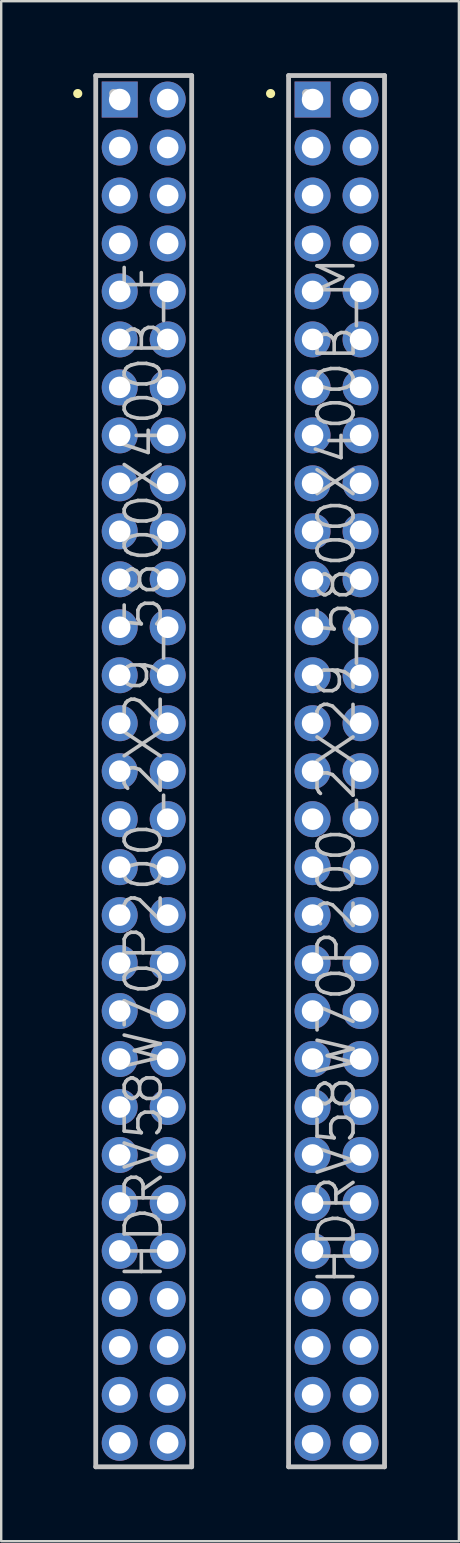
<source format=kicad_pcb>
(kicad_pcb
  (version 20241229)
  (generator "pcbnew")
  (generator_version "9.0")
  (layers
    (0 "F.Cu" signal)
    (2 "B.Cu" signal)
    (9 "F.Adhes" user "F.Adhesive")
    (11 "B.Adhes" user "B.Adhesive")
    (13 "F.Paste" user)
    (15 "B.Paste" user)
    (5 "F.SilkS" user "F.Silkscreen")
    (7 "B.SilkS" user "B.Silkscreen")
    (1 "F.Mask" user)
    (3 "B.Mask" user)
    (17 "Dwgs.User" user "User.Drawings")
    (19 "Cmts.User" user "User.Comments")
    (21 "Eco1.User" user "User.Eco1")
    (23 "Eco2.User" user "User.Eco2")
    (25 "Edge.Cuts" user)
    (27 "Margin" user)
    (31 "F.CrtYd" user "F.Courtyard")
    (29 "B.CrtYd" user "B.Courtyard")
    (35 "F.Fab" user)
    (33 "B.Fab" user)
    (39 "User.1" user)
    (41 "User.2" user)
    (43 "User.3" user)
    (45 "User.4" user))
  (footprint "HDRV58W70P200_2X29_5800X400B_F"
    (layer "F.Cu")
    (at 2.941 29.1)
    (property "Reference" "HDRV58W70P200_2X29_5800X400B_F" (at 0 0 90) (layer "Dwgs.User") (effects (font (size 1.5 1.5) (thickness 0.15))))
    (attr through_hole)
    (fp_line (start -2.75 -28.25) (end -2.75 -28.25) (stroke (width 0.381) (type solid)) (layer "F.SilkS"))
    (fp_line (start -2 -29) (end -2 29) (stroke (width 0.2) (type solid)) (layer "Dwgs.User"))
    (fp_line (start -2 -29) (end 2 -29) (stroke (width 0.2) (type solid)) (layer "Dwgs.User"))
    (fp_line (start -2 29) (end 2 29) (stroke (width 0.2) (type solid)) (layer "Dwgs.User"))
    (fp_line (start -1.25 -28.25) (end -1.25 -28.25) (stroke (width 0.381) (type solid)) (layer "Dwgs.User"))
    (fp_line (start 2 -29) (end 2 29) (stroke (width 0.2) (type solid)) (layer "Dwgs.User"))
    (pad "1" thru_hole rect (at -1 -28) (size 1.5 1.5) (drill 0.9) (layers "*.Cu" "*.Mask"))
    (pad "2" thru_hole circle (at 1 -28 270) (size 1.5 1.5) (drill 0.9) (layers "*.Cu" "*.Mask"))
    (pad "3" thru_hole circle (at -1 -26 270) (size 1.5 1.5) (drill 0.9) (layers "*.Cu" "*.Mask"))
    (pad "4" thru_hole circle (at 1 -26 270) (size 1.5 1.5) (drill 0.9) (layers "*.Cu" "*.Mask"))
    (pad "5" thru_hole circle (at -1 -24 270) (size 1.5 1.5) (drill 0.9) (layers "*.Cu" "*.Mask"))
    (pad "6" thru_hole circle (at 1 -24 270) (size 1.5 1.5) (drill 0.9) (layers "*.Cu" "*.Mask"))
    (pad "7" thru_hole circle (at -1 -22 270) (size 1.5 1.5) (drill 0.9) (layers "*.Cu" "*.Mask"))
    (pad "8" thru_hole circle (at 1 -22 270) (size 1.5 1.5) (drill 0.9) (layers "*.Cu" "*.Mask"))
    (pad "9" thru_hole circle (at -1 -20 270) (size 1.5 1.5) (drill 0.9) (layers "*.Cu" "*.Mask"))
    (pad "10" thru_hole circle (at 1 -20 270) (size 1.5 1.5) (drill 0.9) (layers "*.Cu" "*.Mask"))
    (pad "11" thru_hole circle (at -1 -18 270) (size 1.5 1.5) (drill 0.9) (layers "*.Cu" "*.Mask"))
    (pad "12" thru_hole circle (at 1 -18 270) (size 1.5 1.5) (drill 0.9) (layers "*.Cu" "*.Mask"))
    (pad "13" thru_hole circle (at -1 -16 270) (size 1.5 1.5) (drill 0.9) (layers "*.Cu" "*.Mask"))
    (pad "14" thru_hole circle (at 1 -16 270) (size 1.5 1.5) (drill 0.9) (layers "*.Cu" "*.Mask"))
    (pad "15" thru_hole circle (at -1 -14 270) (size 1.5 1.5) (drill 0.9) (layers "*.Cu" "*.Mask"))
    (pad "16" thru_hole circle (at 1 -14 270) (size 1.5 1.5) (drill 0.9) (layers "*.Cu" "*.Mask"))
    (pad "17" thru_hole circle (at -1 -12 270) (size 1.5 1.5) (drill 0.9) (layers "*.Cu" "*.Mask"))
    (pad "18" thru_hole circle (at 1 -12 270) (size 1.5 1.5) (drill 0.9) (layers "*.Cu" "*.Mask"))
    (pad "19" thru_hole circle (at -1 -10 270) (size 1.5 1.5) (drill 0.9) (layers "*.Cu" "*.Mask"))
    (pad "20" thru_hole circle (at 1 -10 270) (size 1.5 1.5) (drill 0.9) (layers "*.Cu" "*.Mask"))
    (pad "21" thru_hole circle (at -1 -8 270) (size 1.5 1.5) (drill 0.9) (layers "*.Cu" "*.Mask"))
    (pad "22" thru_hole circle (at 1 -8 270) (size 1.5 1.5) (drill 0.9) (layers "*.Cu" "*.Mask"))
    (pad "23" thru_hole circle (at -1 -6 270) (size 1.5 1.5) (drill 0.9) (layers "*.Cu" "*.Mask"))
    (pad "24" thru_hole circle (at 1 -6 270) (size 1.5 1.5) (drill 0.9) (layers "*.Cu" "*.Mask"))
    (pad "25" thru_hole circle (at -1 -4 270) (size 1.5 1.5) (drill 0.9) (layers "*.Cu" "*.Mask"))
    (pad "26" thru_hole circle (at 1 -4 270) (size 1.5 1.5) (drill 0.9) (layers "*.Cu" "*.Mask"))
    (pad "27" thru_hole circle (at -1 -2 270) (size 1.5 1.5) (drill 0.9) (layers "*.Cu" "*.Mask"))
    (pad "28" thru_hole circle (at 1 -2 270) (size 1.5 1.5) (drill 0.9) (layers "*.Cu" "*.Mask"))
    (pad "29" thru_hole circle (at -1 0 270) (size 1.5 1.5) (drill 0.9) (layers "*.Cu" "*.Mask"))
    (pad "30" thru_hole circle (at 1 0 270) (size 1.5 1.5) (drill 0.9) (layers "*.Cu" "*.Mask"))
    (pad "31" thru_hole circle (at -1 2 270) (size 1.5 1.5) (drill 0.9) (layers "*.Cu" "*.Mask"))
    (pad "32" thru_hole circle (at 1 2 270) (size 1.5 1.5) (drill 0.9) (layers "*.Cu" "*.Mask"))
    (pad "33" thru_hole circle (at -1 4 270) (size 1.5 1.5) (drill 0.9) (layers "*.Cu" "*.Mask"))
    (pad "34" thru_hole circle (at 1 4 270) (size 1.5 1.5) (drill 0.9) (layers "*.Cu" "*.Mask"))
    (pad "35" thru_hole circle (at -1 6 270) (size 1.5 1.5) (drill 0.9) (layers "*.Cu" "*.Mask"))
    (pad "36" thru_hole circle (at 1 6 270) (size 1.5 1.5) (drill 0.9) (layers "*.Cu" "*.Mask"))
    (pad "37" thru_hole circle (at -1 8 270) (size 1.5 1.5) (drill 0.9) (layers "*.Cu" "*.Mask"))
    (pad "38" thru_hole circle (at 1 8 270) (size 1.5 1.5) (drill 0.9) (layers "*.Cu" "*.Mask"))
    (pad "39" thru_hole circle (at -1 10 270) (size 1.5 1.5) (drill 0.9) (layers "*.Cu" "*.Mask"))
    (pad "40" thru_hole circle (at 1 10 270) (size 1.5 1.5) (drill 0.9) (layers "*.Cu" "*.Mask"))
    (pad "41" thru_hole circle (at -1 12 270) (size 1.5 1.5) (drill 0.9) (layers "*.Cu" "*.Mask"))
    (pad "42" thru_hole circle (at 1 12 270) (size 1.5 1.5) (drill 0.9) (layers "*.Cu" "*.Mask"))
    (pad "43" thru_hole circle (at -1 14 270) (size 1.5 1.5) (drill 0.9) (layers "*.Cu" "*.Mask"))
    (pad "44" thru_hole circle (at 1 14 270) (size 1.5 1.5) (drill 0.9) (layers "*.Cu" "*.Mask"))
    (pad "45" thru_hole circle (at -1 16 270) (size 1.5 1.5) (drill 0.9) (layers "*.Cu" "*.Mask"))
    (pad "46" thru_hole circle (at 1 16 270) (size 1.5 1.5) (drill 0.9) (layers "*.Cu" "*.Mask"))
    (pad "47" thru_hole circle (at -1 18 270) (size 1.5 1.5) (drill 0.9) (layers "*.Cu" "*.Mask"))
    (pad "48" thru_hole circle (at 1 18 270) (size 1.5 1.5) (drill 0.9) (layers "*.Cu" "*.Mask"))
    (pad "49" thru_hole circle (at -1 20 270) (size 1.5 1.5) (drill 0.9) (layers "*.Cu" "*.Mask"))
    (pad "50" thru_hole circle (at 1 20 270) (size 1.5 1.5) (drill 0.9) (layers "*.Cu" "*.Mask"))
    (pad "51" thru_hole circle (at -1 22 270) (size 1.5 1.5) (drill 0.9) (layers "*.Cu" "*.Mask"))
    (pad "52" thru_hole circle (at 1 22 270) (size 1.5 1.5) (drill 0.9) (layers "*.Cu" "*.Mask"))
    (pad "53" thru_hole circle (at -1 24 270) (size 1.5 1.5) (drill 0.9) (layers "*.Cu" "*.Mask"))
    (pad "54" thru_hole circle (at 1 24 270) (size 1.5 1.5) (drill 0.9) (layers "*.Cu" "*.Mask"))
    (pad "55" thru_hole circle (at -1 26 270) (size 1.5 1.5) (drill 0.9) (layers "*.Cu" "*.Mask"))
    (pad "56" thru_hole circle (at 1 26 270) (size 1.5 1.5) (drill 0.9) (layers "*.Cu" "*.Mask"))
    (pad "57" thru_hole circle (at -1 28 270) (size 1.5 1.5) (drill 0.9) (layers "*.Cu" "*.Mask"))
    (pad "58" thru_hole circle (at 1 28 270) (size 1.5 1.5) (drill 0.9) (layers "*.Cu" "*.Mask")))
  (footprint "HDRV58W70P200_2X29_5800X400B_M"
    (layer "F.Cu")
    (at 10.981 29.1)
    (property "Reference" "HDRV58W70P200_2X29_5800X400B_M" (at 0 0 90) (layer "Dwgs.User") (effects (font (size 1.5 1.5) (thickness 0.15))))
    (attr through_hole)
    (fp_line (start -2.75 -28.25) (end -2.75 -28.25) (stroke (width 0.381) (type solid)) (layer "F.SilkS"))
    (fp_line (start -2 -29) (end -2 29) (stroke (width 0.2) (type solid)) (layer "Dwgs.User"))
    (fp_line (start -2 -29) (end 2 -29) (stroke (width 0.2) (type solid)) (layer "Dwgs.User"))
    (fp_line (start -2 29) (end 2 29) (stroke (width 0.2) (type solid)) (layer "Dwgs.User"))
    (fp_line (start -1.25 -28.25) (end -1.25 -28.25) (stroke (width 0.381) (type solid)) (layer "Dwgs.User"))
    (fp_line (start 2 -29) (end 2 29) (stroke (width 0.2) (type solid)) (layer "Dwgs.User"))
    (pad "1" thru_hole rect (at -1 -28) (size 1.5 1.5) (drill 0.9) (layers "*.Cu" "*.Mask"))
    (pad "2" thru_hole circle (at 1 -28 270) (size 1.5 1.5) (drill 0.9) (layers "*.Cu" "*.Mask"))
    (pad "3" thru_hole circle (at -1 -26 270) (size 1.5 1.5) (drill 0.9) (layers "*.Cu" "*.Mask"))
    (pad "4" thru_hole circle (at 1 -26 270) (size 1.5 1.5) (drill 0.9) (layers "*.Cu" "*.Mask"))
    (pad "5" thru_hole circle (at -1 -24 270) (size 1.5 1.5) (drill 0.9) (layers "*.Cu" "*.Mask"))
    (pad "6" thru_hole circle (at 1 -24 270) (size 1.5 1.5) (drill 0.9) (layers "*.Cu" "*.Mask"))
    (pad "7" thru_hole circle (at -1 -22 270) (size 1.5 1.5) (drill 0.9) (layers "*.Cu" "*.Mask"))
    (pad "8" thru_hole circle (at 1 -22 270) (size 1.5 1.5) (drill 0.9) (layers "*.Cu" "*.Mask"))
    (pad "9" thru_hole circle (at -1 -20 270) (size 1.5 1.5) (drill 0.9) (layers "*.Cu" "*.Mask"))
    (pad "10" thru_hole circle (at 1 -20 270) (size 1.5 1.5) (drill 0.9) (layers "*.Cu" "*.Mask"))
    (pad "11" thru_hole circle (at -1 -18 270) (size 1.5 1.5) (drill 0.9) (layers "*.Cu" "*.Mask"))
    (pad "12" thru_hole circle (at 1 -18 270) (size 1.5 1.5) (drill 0.9) (layers "*.Cu" "*.Mask"))
    (pad "13" thru_hole circle (at -1 -16 270) (size 1.5 1.5) (drill 0.9) (layers "*.Cu" "*.Mask"))
    (pad "14" thru_hole circle (at 1 -16 270) (size 1.5 1.5) (drill 0.9) (layers "*.Cu" "*.Mask"))
    (pad "15" thru_hole circle (at -1 -14 270) (size 1.5 1.5) (drill 0.9) (layers "*.Cu" "*.Mask"))
    (pad "16" thru_hole circle (at 1 -14 270) (size 1.5 1.5) (drill 0.9) (layers "*.Cu" "*.Mask"))
    (pad "17" thru_hole circle (at -1 -12 270) (size 1.5 1.5) (drill 0.9) (layers "*.Cu" "*.Mask"))
    (pad "18" thru_hole circle (at 1 -12 270) (size 1.5 1.5) (drill 0.9) (layers "*.Cu" "*.Mask"))
    (pad "19" thru_hole circle (at -1 -10 270) (size 1.5 1.5) (drill 0.9) (layers "*.Cu" "*.Mask"))
    (pad "20" thru_hole circle (at 1 -10 270) (size 1.5 1.5) (drill 0.9) (layers "*.Cu" "*.Mask"))
    (pad "21" thru_hole circle (at -1 -8 270) (size 1.5 1.5) (drill 0.9) (layers "*.Cu" "*.Mask"))
    (pad "22" thru_hole circle (at 1 -8 270) (size 1.5 1.5) (drill 0.9) (layers "*.Cu" "*.Mask"))
    (pad "23" thru_hole circle (at -1 -6 270) (size 1.5 1.5) (drill 0.9) (layers "*.Cu" "*.Mask"))
    (pad "24" thru_hole circle (at 1 -6 270) (size 1.5 1.5) (drill 0.9) (layers "*.Cu" "*.Mask"))
    (pad "25" thru_hole circle (at -1 -4 270) (size 1.5 1.5) (drill 0.9) (layers "*.Cu" "*.Mask"))
    (pad "26" thru_hole circle (at 1 -4 270) (size 1.5 1.5) (drill 0.9) (layers "*.Cu" "*.Mask"))
    (pad "27" thru_hole circle (at -1 -2 270) (size 1.5 1.5) (drill 0.9) (layers "*.Cu" "*.Mask"))
    (pad "28" thru_hole circle (at 1 -2 270) (size 1.5 1.5) (drill 0.9) (layers "*.Cu" "*.Mask"))
    (pad "29" thru_hole circle (at -1 0 270) (size 1.5 1.5) (drill 0.9) (layers "*.Cu" "*.Mask"))
    (pad "30" thru_hole circle (at 1 0 270) (size 1.5 1.5) (drill 0.9) (layers "*.Cu" "*.Mask"))
    (pad "31" thru_hole circle (at -1 2 270) (size 1.5 1.5) (drill 0.9) (layers "*.Cu" "*.Mask"))
    (pad "32" thru_hole circle (at 1 2 270) (size 1.5 1.5) (drill 0.9) (layers "*.Cu" "*.Mask"))
    (pad "33" thru_hole circle (at -1 4 270) (size 1.5 1.5) (drill 0.9) (layers "*.Cu" "*.Mask"))
    (pad "34" thru_hole circle (at 1 4 270) (size 1.5 1.5) (drill 0.9) (layers "*.Cu" "*.Mask"))
    (pad "35" thru_hole circle (at -1 6 270) (size 1.5 1.5) (drill 0.9) (layers "*.Cu" "*.Mask"))
    (pad "36" thru_hole circle (at 1 6 270) (size 1.5 1.5) (drill 0.9) (layers "*.Cu" "*.Mask"))
    (pad "37" thru_hole circle (at -1 8 270) (size 1.5 1.5) (drill 0.9) (layers "*.Cu" "*.Mask"))
    (pad "38" thru_hole circle (at 1 8 270) (size 1.5 1.5) (drill 0.9) (layers "*.Cu" "*.Mask"))
    (pad "39" thru_hole circle (at -1 10 270) (size 1.5 1.5) (drill 0.9) (layers "*.Cu" "*.Mask"))
    (pad "40" thru_hole circle (at 1 10 270) (size 1.5 1.5) (drill 0.9) (layers "*.Cu" "*.Mask"))
    (pad "41" thru_hole circle (at -1 12 270) (size 1.5 1.5) (drill 0.9) (layers "*.Cu" "*.Mask"))
    (pad "42" thru_hole circle (at 1 12 270) (size 1.5 1.5) (drill 0.9) (layers "*.Cu" "*.Mask"))
    (pad "43" thru_hole circle (at -1 14 270) (size 1.5 1.5) (drill 0.9) (layers "*.Cu" "*.Mask"))
    (pad "44" thru_hole circle (at 1 14 270) (size 1.5 1.5) (drill 0.9) (layers "*.Cu" "*.Mask"))
    (pad "45" thru_hole circle (at -1 16 270) (size 1.5 1.5) (drill 0.9) (layers "*.Cu" "*.Mask"))
    (pad "46" thru_hole circle (at 1 16 270) (size 1.5 1.5) (drill 0.9) (layers "*.Cu" "*.Mask"))
    (pad "47" thru_hole circle (at -1 18 270) (size 1.5 1.5) (drill 0.9) (layers "*.Cu" "*.Mask"))
    (pad "48" thru_hole circle (at 1 18 270) (size 1.5 1.5) (drill 0.9) (layers "*.Cu" "*.Mask"))
    (pad "49" thru_hole circle (at -1 20 270) (size 1.5 1.5) (drill 0.9) (layers "*.Cu" "*.Mask"))
    (pad "50" thru_hole circle (at 1 20 270) (size 1.5 1.5) (drill 0.9) (layers "*.Cu" "*.Mask"))
    (pad "51" thru_hole circle (at -1 22 270) (size 1.5 1.5) (drill 0.9) (layers "*.Cu" "*.Mask"))
    (pad "52" thru_hole circle (at 1 22 270) (size 1.5 1.5) (drill 0.9) (layers "*.Cu" "*.Mask"))
    (pad "53" thru_hole circle (at -1 24 270) (size 1.5 1.5) (drill 0.9) (layers "*.Cu" "*.Mask"))
    (pad "54" thru_hole circle (at 1 24 270) (size 1.5 1.5) (drill 0.9) (layers "*.Cu" "*.Mask"))
    (pad "55" thru_hole circle (at -1 26 270) (size 1.5 1.5) (drill 0.9) (layers "*.Cu" "*.Mask"))
    (pad "56" thru_hole circle (at 1 26 270) (size 1.5 1.5) (drill 0.9) (layers "*.Cu" "*.Mask"))
    (pad "57" thru_hole circle (at -1 28 270) (size 1.5 1.5) (drill 0.9) (layers "*.Cu" "*.Mask"))
    (pad "58" thru_hole circle (at 1 28 270) (size 1.5 1.5) (drill 0.9) (layers "*.Cu" "*.Mask")))
  (gr_rect
    (start -3 -3)
    (end 16.081 61.2)
    (stroke (width 0.1) (type default))
    (fill no)
    (layer "Edge.Cuts")))
</source>
